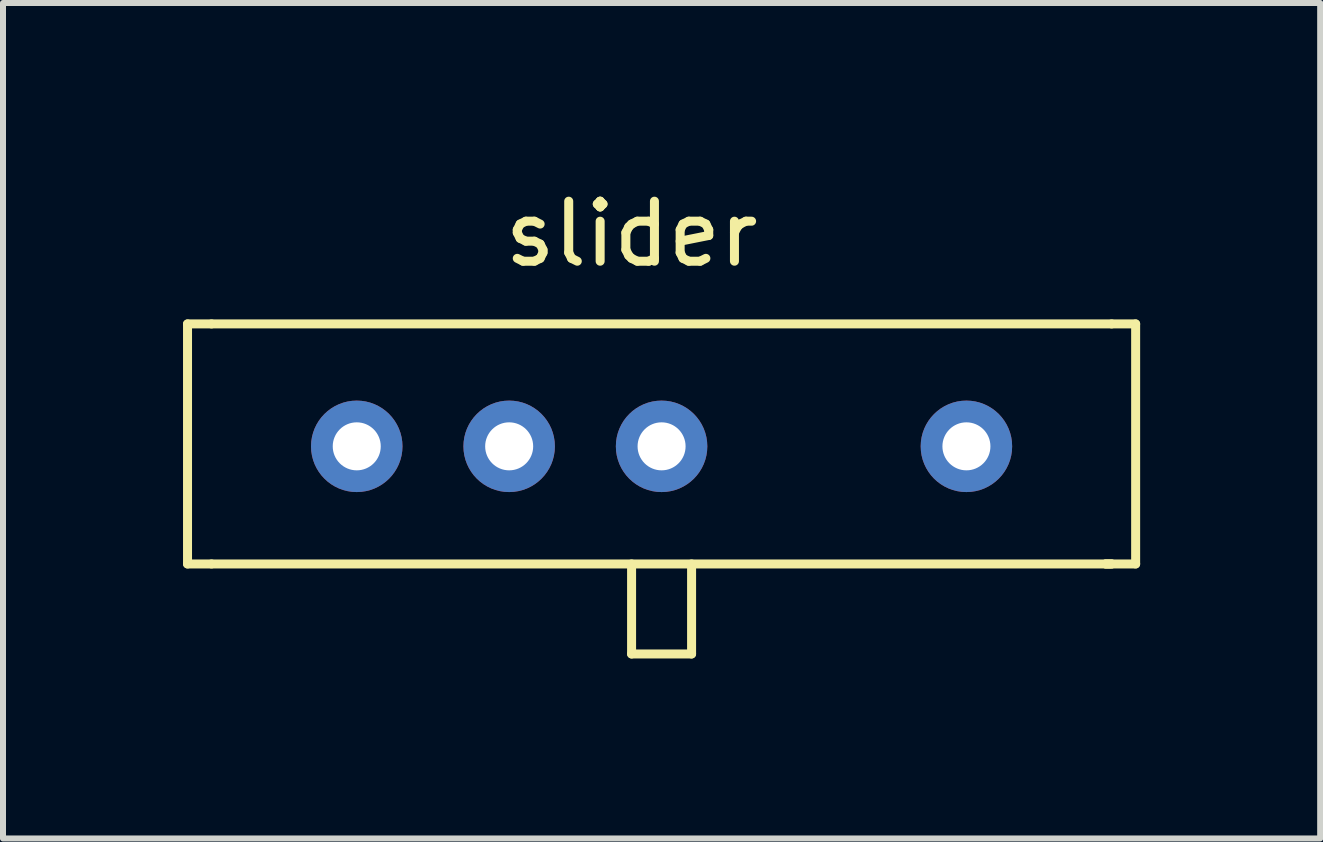
<source format=kicad_pcb>
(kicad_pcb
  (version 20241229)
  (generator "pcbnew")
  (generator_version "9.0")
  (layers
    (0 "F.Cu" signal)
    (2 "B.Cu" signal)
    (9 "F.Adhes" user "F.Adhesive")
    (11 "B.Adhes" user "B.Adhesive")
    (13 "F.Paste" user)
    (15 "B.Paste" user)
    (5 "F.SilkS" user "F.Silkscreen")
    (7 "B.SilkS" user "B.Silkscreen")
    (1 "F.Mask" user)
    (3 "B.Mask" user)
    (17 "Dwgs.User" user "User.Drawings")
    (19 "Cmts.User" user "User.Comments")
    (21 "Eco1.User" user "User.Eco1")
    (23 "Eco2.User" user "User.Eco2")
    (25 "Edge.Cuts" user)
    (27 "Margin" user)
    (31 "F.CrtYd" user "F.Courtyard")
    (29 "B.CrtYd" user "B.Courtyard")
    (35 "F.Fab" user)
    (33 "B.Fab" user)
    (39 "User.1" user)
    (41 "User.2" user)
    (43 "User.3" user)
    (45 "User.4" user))
  (footprint "slider"
    (layer "F.Cu")
    (at 7.975 1.848)
    (property "Reference" "slider" (at -0.5 -1 0) (layer "F.SilkS") (effects (font (size 1 1) (thickness 0.15))))
    (attr through_hole)
    (fp_line (start -7.9 0.5) (end -7.9 4.5) (stroke (width 0.15) (type solid)) (layer "F.SilkS"))
    (fp_line (start -7.9 4.5) (end -7.5 4.5) (stroke (width 0.15) (type solid)) (layer "F.SilkS"))
    (fp_line (start -7.5 0.5) (end -7.9 0.5) (stroke (width 0.15) (type solid)) (layer "F.SilkS"))
    (fp_line (start -7.5 0.5) (end 7.5 0.5) (stroke (width 0.15) (type solid)) (layer "F.SilkS"))
    (fp_line (start -0.5 4.5) (end -0.5 6) (stroke (width 0.15) (type solid)) (layer "F.SilkS"))
    (fp_line (start -0.5 6) (end 0.5 6) (stroke (width 0.15) (type solid)) (layer "F.SilkS"))
    (fp_line (start 0.5 6) (end 0.5 4.5) (stroke (width 0.15) (type solid)) (layer "F.SilkS"))
    (fp_line (start 7.4 4.5) (end 7.5 4.5) (stroke (width 0.15) (type solid)) (layer "F.SilkS"))
    (fp_line (start 7.5 0.5) (end 7.9 0.5) (stroke (width 0.15) (type solid)) (layer "F.SilkS"))
    (fp_line (start 7.5 4.5) (end -7.5 4.5) (stroke (width 0.15) (type solid)) (layer "F.SilkS"))
    (fp_line (start 7.9 0.5) (end 7.9 4.5) (stroke (width 0.15) (type solid)) (layer "F.SilkS"))
    (fp_line (start 7.9 4.5) (end 7.4 4.5) (stroke (width 0.15) (type solid)) (layer "F.SilkS"))
    (pad "1" thru_hole circle (at -5.08 2.54) (size 1.524 1.524) (drill 0.8) (layers "*.Cu" "*.Mask"))
    (pad "2" thru_hole circle (at -2.54 2.54) (size 1.524 1.524) (drill 0.8) (layers "*.Cu" "*.Mask"))
    (pad "3" thru_hole circle (at 5.08 2.54) (size 1.524 1.524) (drill 0.8) (layers "*.Cu" "*.Mask"))
    (pad "4" thru_hole circle (at 0 2.54) (size 1.524 1.524) (drill 0.8) (layers "*.Cu" "*.Mask")))
  (gr_rect
    (start -3 -3)
    (end 18.95 10.923)
    (stroke (width 0.1) (type default))
    (fill no)
    (layer "Edge.Cuts")))
</source>
